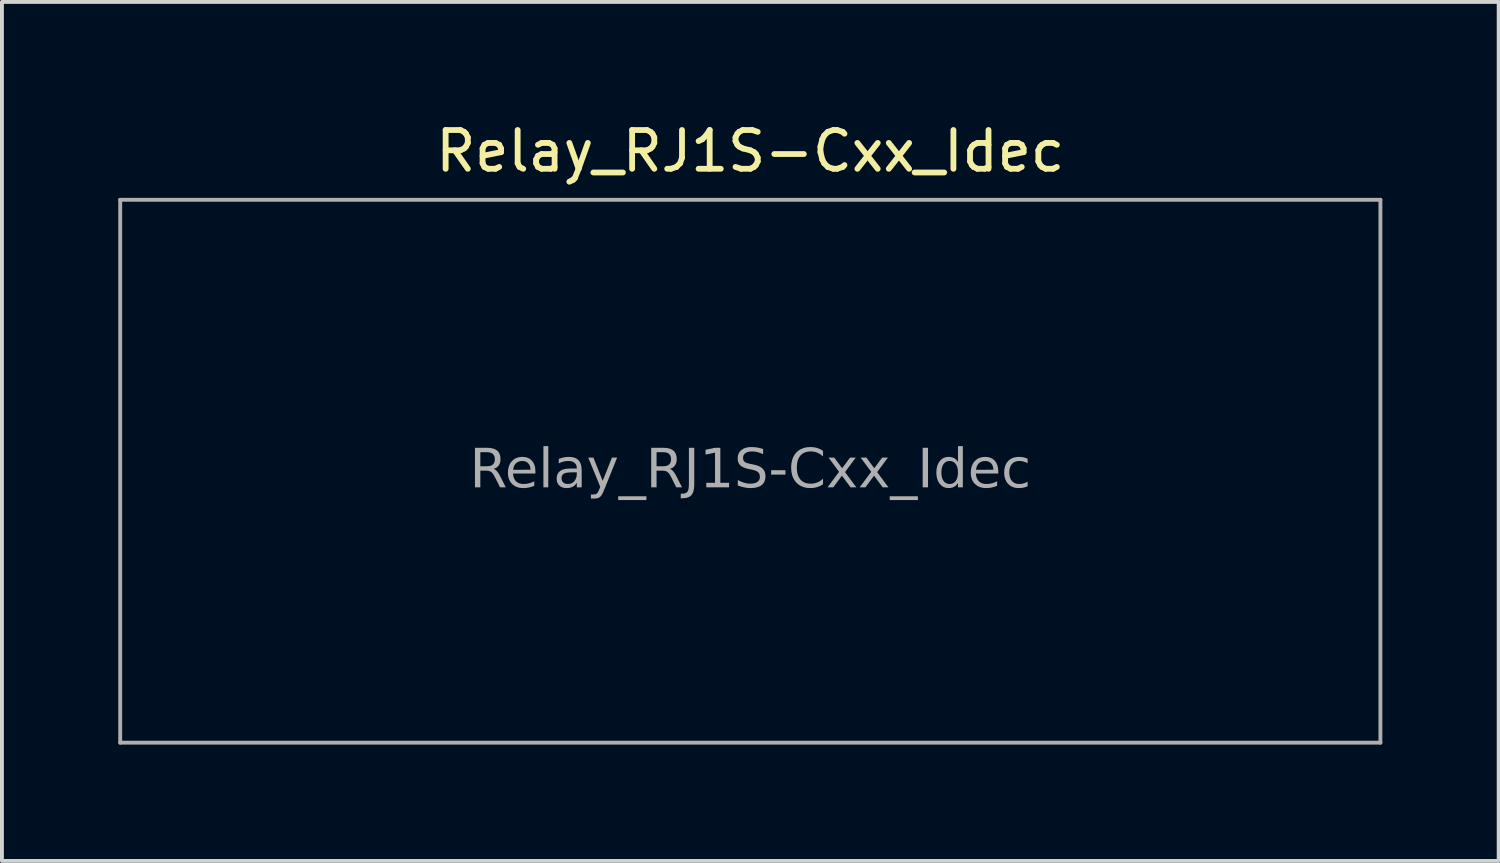
<source format=kicad_pcb>
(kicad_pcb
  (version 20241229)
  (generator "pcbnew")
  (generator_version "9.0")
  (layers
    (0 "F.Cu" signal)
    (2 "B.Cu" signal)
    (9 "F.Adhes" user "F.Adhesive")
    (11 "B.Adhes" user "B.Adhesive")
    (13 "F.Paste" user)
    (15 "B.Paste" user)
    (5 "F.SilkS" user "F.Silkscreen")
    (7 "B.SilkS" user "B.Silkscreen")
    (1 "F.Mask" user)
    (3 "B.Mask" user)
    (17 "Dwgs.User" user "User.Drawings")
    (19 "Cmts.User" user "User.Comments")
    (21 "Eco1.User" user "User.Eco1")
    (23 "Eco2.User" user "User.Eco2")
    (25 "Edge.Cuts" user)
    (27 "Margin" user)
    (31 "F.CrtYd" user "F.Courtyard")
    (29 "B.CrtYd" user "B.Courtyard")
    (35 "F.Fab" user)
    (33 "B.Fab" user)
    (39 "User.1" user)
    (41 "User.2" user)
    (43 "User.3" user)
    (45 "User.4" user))
  (footprint "Relay_RJ1S-Cxx_Idec"
    (layer "F.Cu")
    (at 16.3 9.103)
    (property "Reference" "Relay_RJ1S-Cxx_Idec" (at 0 -8.255 0) (layer "F.SilkS") (effects (font (size 1 1) (thickness 0.15))))
    (attr through_hole)
    (fp_line (start -16.25 7) (end -16.25 -7) (stroke (width 0.1) (type solid)) (layer "F.Fab"))
    (fp_line (start 16.25 -7) (end -16.25 -7) (stroke (width 0.1) (type solid)) (layer "F.Fab"))
    (fp_line (start 16.25 7) (end -16.25 7) (stroke (width 0.1) (type solid)) (layer "F.Fab"))
    (fp_line (start 16.25 7) (end 16.25 -7) (stroke (width 0.1) (type solid)) (layer "F.Fab"))
    (fp_text user "${REFERENCE}" (at 0 0 0) (layer "F.Fab") (effects (font (face "Tahoma") (size 1 1) (thickness 0.15)))))
  (gr_rect
    (start -3 -3)
    (end 35.6 19.153)
    (stroke (width 0.1) (type default))
    (fill no)
    (layer "Edge.Cuts")))
</source>
